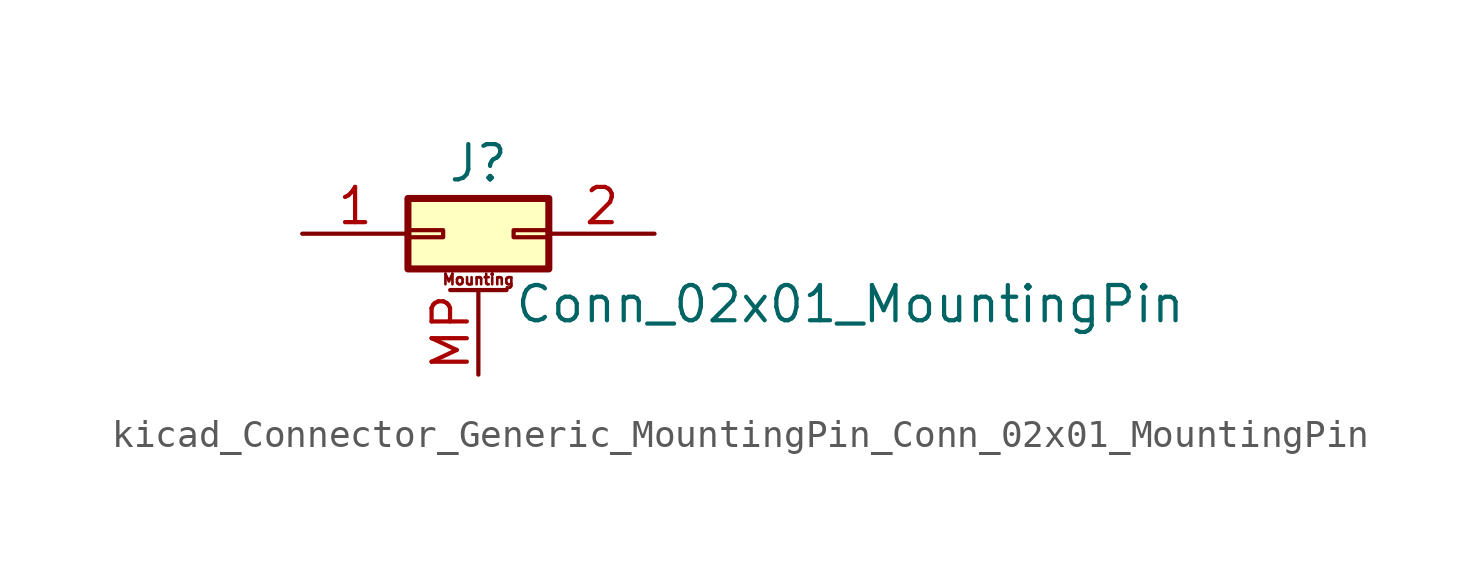
<source format=kicad_sym>
(kicad_symbol_lib
  (version 20220914)
  (generator kicad_symbol_editor)
  (symbol "kicad_Connector_Generic_MountingPin_Conn_02x01_MountingPin"
    (pin_names
      (offset 1.016) hide)
    (property "Reference" "J"
      (at 1.27 2.54 0)
      (effects (font (size 1.27 1.27))))
    (property "Value" "Conn_02x01_MountingPin"
      (at 2.54 -2.54 0)
      (effects (font (size 1.27 1.27)) (justify left)))
    (symbol "kicad_Connector_Generic_MountingPin_Conn_02x01_MountingPin_1_1"
      (rectangle (start -1.27 0.127) (end 0 -0.127) (stroke (width 0.152) (type default)) (fill (type none)))
      (rectangle (start -1.27 1.27) (end 3.81 -1.27) (stroke (width 0.254) (type default)) (fill (type background)))
      (polyline (pts (xy 0.254 -2.032) (xy 2.286 -2.032)) (stroke (width 0.152) (type default)) (fill (type none)))
      (rectangle (start 3.81 0.127) (end 2.54 -0.127) (stroke (width 0.152) (type default)) (fill (type none)))
      (text "Mounting" (at 1.27 -1.651 0) (effects (font (size 0.381 0.381))))
      (pin passive line (at -5.08 0 0) (length 3.81) (name "Pin_1" (effects (font (size 1.27 1.27)))) (number "1" (effects (font (size 1.27 1.27)))))
      (pin passive line (at 7.62 0 180) (length 3.81) (name "Pin_2" (effects (font (size 1.27 1.27)))) (number "2" (effects (font (size 1.27 1.27)))))
      (pin passive line (at 1.27 -5.08 90) (length 3.048) (name "MountPin" (effects (font (size 1.27 1.27)))) (number "MP" (effects (font (size 1.27 1.27))))))))
</source>
